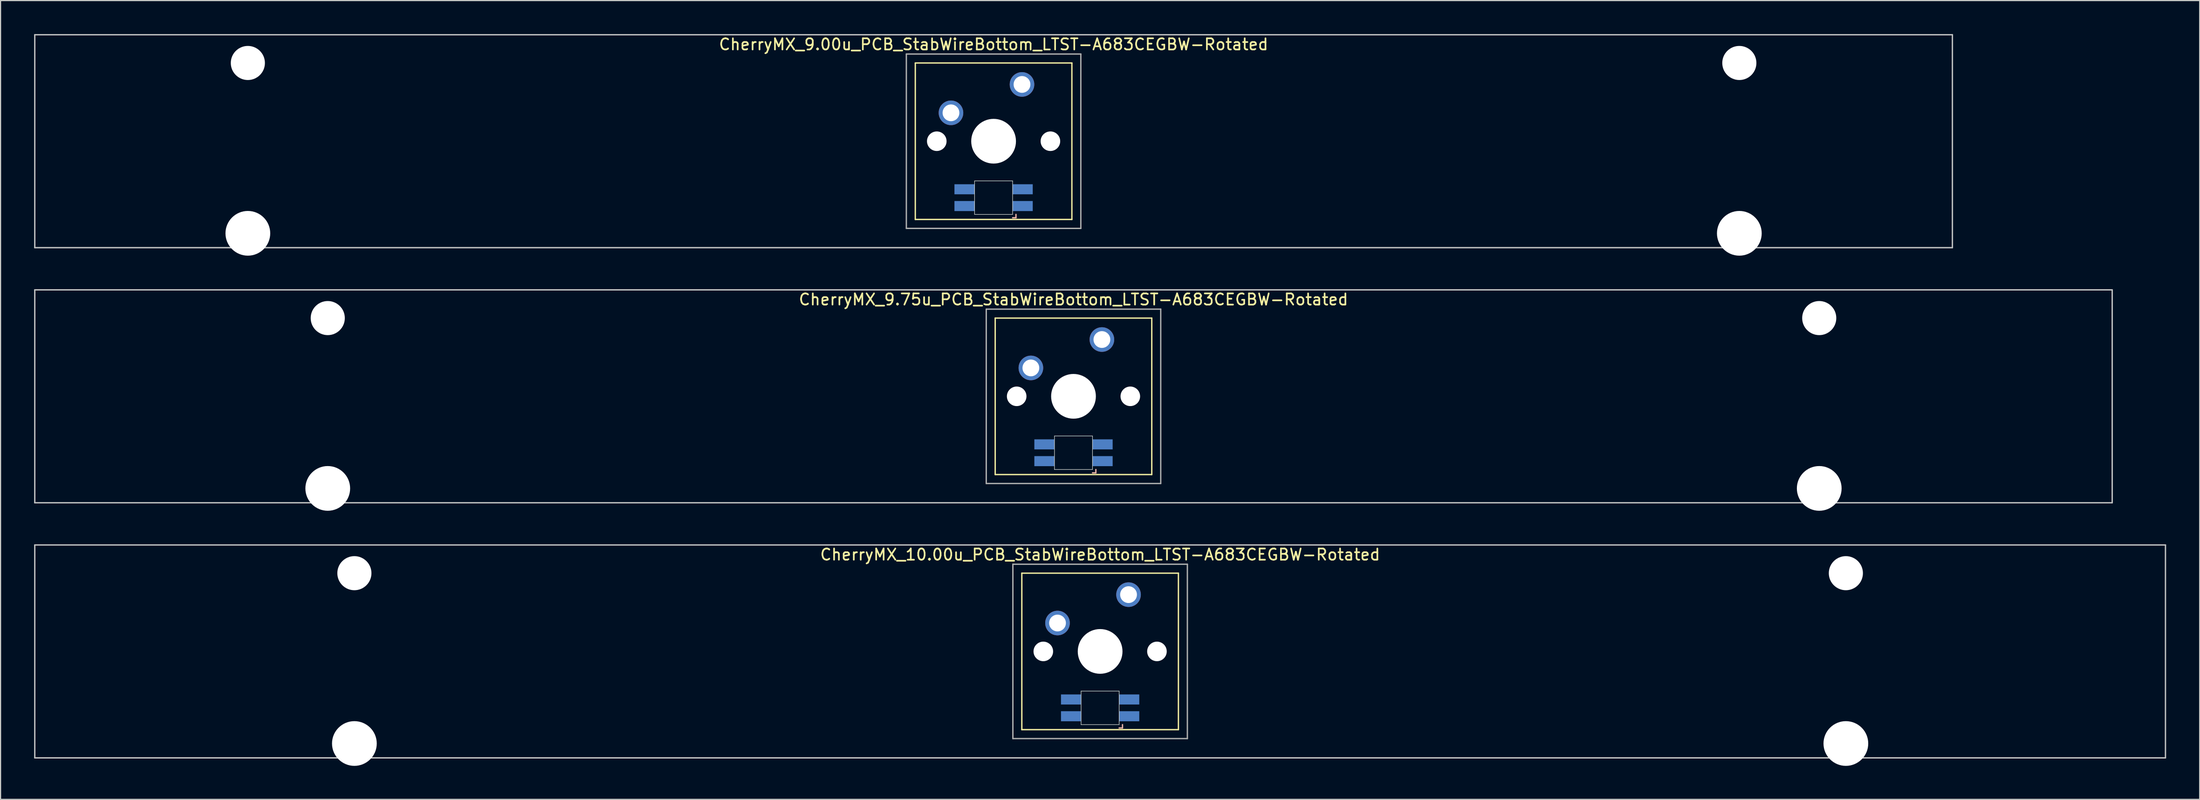
<source format=kicad_pcb>
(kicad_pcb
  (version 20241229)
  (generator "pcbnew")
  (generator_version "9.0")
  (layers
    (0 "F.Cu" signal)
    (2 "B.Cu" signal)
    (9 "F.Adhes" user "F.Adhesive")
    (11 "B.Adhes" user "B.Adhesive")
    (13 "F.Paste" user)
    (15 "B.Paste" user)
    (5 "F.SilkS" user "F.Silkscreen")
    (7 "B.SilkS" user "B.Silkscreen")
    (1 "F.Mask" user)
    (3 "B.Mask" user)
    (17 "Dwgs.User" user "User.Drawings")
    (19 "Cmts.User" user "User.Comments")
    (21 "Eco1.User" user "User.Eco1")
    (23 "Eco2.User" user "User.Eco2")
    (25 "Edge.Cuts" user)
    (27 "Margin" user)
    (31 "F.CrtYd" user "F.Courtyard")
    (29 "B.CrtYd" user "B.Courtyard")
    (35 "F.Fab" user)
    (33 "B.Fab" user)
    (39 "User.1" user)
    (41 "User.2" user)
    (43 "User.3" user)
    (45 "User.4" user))
  (footprint "CherryMX_9.00u_PCB_StabWireBottom_LTST-A683CEGBW-Rotated"
    (layer "F.Cu")
    (at 85.785 9.585)
    (property "Reference" "CherryMX_9.00u_PCB_StabWireBottom_LTST-A683CEGBW-Rotated" (at 0 -8.662 0) (layer "F.SilkS") (effects (font (size 1 1) (thickness 0.15))))
    (attr through_hole)
    (fp_line (start -7 -7) (end -7 7) (stroke (width 0.12) (type solid)) (layer "F.SilkS"))
    (fp_line (start -7 -7) (end 7 -7) (stroke (width 0.12) (type solid)) (layer "F.SilkS"))
    (fp_line (start 7 -7) (end 7 7) (stroke (width 0.12) (type solid)) (layer "F.SilkS"))
    (fp_line (start 7 7) (end -7 7) (stroke (width 0.12) (type solid)) (layer "F.SilkS"))
    (fp_line (start 1.7 6.85) (end 2 6.85) (stroke (width 0.12) (type solid)) (layer "B.SilkS"))
    (fp_line (start 2 6.85) (end 2 6.55) (stroke (width 0.12) (type solid)) (layer "B.SilkS"))
    (fp_line (start -85.725 -9.525) (end 85.725 -9.525) (stroke (width 0.12) (type solid)) (layer "Dwgs.User"))
    (fp_line (start -85.725 9.525) (end -85.725 -9.525) (stroke (width 0.12) (type solid)) (layer "Dwgs.User"))
    (fp_line (start 85.725 -9.525) (end 85.725 9.525) (stroke (width 0.12) (type solid)) (layer "Dwgs.User"))
    (fp_line (start 85.725 9.525) (end -85.725 9.525) (stroke (width 0.12) (type solid)) (layer "Dwgs.User"))
    (fp_line (start -1.7 3.55) (end 1.7 3.55) (stroke (width 0.05) (type solid)) (layer "Edge.Cuts"))
    (fp_line (start -1.7 6.55) (end -1.7 3.55) (stroke (width 0.05) (type solid)) (layer "Edge.Cuts"))
    (fp_line (start 1.7 3.55) (end 1.7 6.55) (stroke (width 0.05) (type solid)) (layer "Edge.Cuts"))
    (fp_line (start 1.7 6.55) (end -1.7 6.55) (stroke (width 0.05) (type solid)) (layer "Edge.Cuts"))
    (fp_line (start -7.8 -7.8) (end -7.8 7.8) (stroke (width 0.12) (type solid)) (layer "F.Fab"))
    (fp_line (start -7.8 -7.8) (end 7.8 -7.8) (stroke (width 0.12) (type solid)) (layer "F.Fab"))
    (fp_line (start -7.8 7.8) (end 7.8 7.8) (stroke (width 0.12) (type solid)) (layer "F.Fab"))
    (fp_line (start 7.8 -7.8) (end 7.8 7.8) (stroke (width 0.12) (type solid)) (layer "F.Fab"))
    (pad "" np_thru_hole circle (at -66.675 -7) (size 3.05 3.05) (drill 3.05) (layers "*.Cu" "*.Mask"))
    (pad "" np_thru_hole circle (at -66.675 8.24) (size 4 4) (drill 4) (layers "*.Cu" "*.Mask"))
    (pad "" np_thru_hole circle (at -5.08 0) (size 1.75 1.75) (drill 1.75) (layers "*.Cu" "*.Mask"))
    (pad "" np_thru_hole circle (at 0 0) (size 4 4) (drill 4) (layers "*.Cu" "*.Mask"))
    (pad "" np_thru_hole circle (at 5.08 0) (size 1.75 1.75) (drill 1.75) (layers "*.Cu" "*.Mask"))
    (pad "" np_thru_hole circle (at 66.675 -7) (size 3.05 3.05) (drill 3.05) (layers "*.Cu" "*.Mask"))
    (pad "" np_thru_hole circle (at 66.675 8.24) (size 4 4) (drill 4) (layers "*.Cu" "*.Mask"))
    (pad "1" thru_hole circle (at -3.81 -2.54) (size 2.2 2.2) (drill 1.5) (layers "*.Cu" "*.Mask"))
    (pad "2" thru_hole circle (at 2.54 -5.08) (size 2.2 2.2) (drill 1.5) (layers "*.Cu" "*.Mask"))
    (pad "3" smd rect (at 2.6 5.8) (size 1.8 0.9) (layers "B.Cu" "B.Mask" "B.Paste"))
    (pad "4" smd rect (at 2.6 4.3) (size 1.8 0.9) (layers "B.Cu" "B.Mask" "B.Paste"))
    (pad "5" smd rect (at -2.6 5.8) (size 1.8 0.9) (layers "B.Cu" "B.Mask" "B.Paste"))
    (pad "6" smd rect (at -2.6 4.3) (size 1.8 0.9) (layers "B.Cu" "B.Mask" "B.Paste")))
  (footprint "CherryMX_9.75u_PCB_StabWireBottom_LTST-A683CEGBW-Rotated"
    (layer "F.Cu")
    (at 92.929 32.41)
    (property "Reference" "CherryMX_9.75u_PCB_StabWireBottom_LTST-A683CEGBW-Rotated" (at 0 -8.662 0) (layer "F.SilkS") (effects (font (size 1 1) (thickness 0.15))))
    (attr through_hole)
    (fp_line (start -7 -7) (end -7 7) (stroke (width 0.12) (type solid)) (layer "F.SilkS"))
    (fp_line (start -7 -7) (end 7 -7) (stroke (width 0.12) (type solid)) (layer "F.SilkS"))
    (fp_line (start 7 -7) (end 7 7) (stroke (width 0.12) (type solid)) (layer "F.SilkS"))
    (fp_line (start 7 7) (end -7 7) (stroke (width 0.12) (type solid)) (layer "F.SilkS"))
    (fp_line (start 1.7 6.85) (end 2 6.85) (stroke (width 0.12) (type solid)) (layer "B.SilkS"))
    (fp_line (start 2 6.85) (end 2 6.55) (stroke (width 0.12) (type solid)) (layer "B.SilkS"))
    (fp_line (start -92.869 -9.525) (end 92.869 -9.525) (stroke (width 0.12) (type solid)) (layer "Dwgs.User"))
    (fp_line (start -92.869 9.525) (end -92.869 -9.525) (stroke (width 0.12) (type solid)) (layer "Dwgs.User"))
    (fp_line (start 92.869 -9.525) (end 92.869 9.525) (stroke (width 0.12) (type solid)) (layer "Dwgs.User"))
    (fp_line (start 92.869 9.525) (end -92.869 9.525) (stroke (width 0.12) (type solid)) (layer "Dwgs.User"))
    (fp_line (start -1.7 3.55) (end 1.7 3.55) (stroke (width 0.05) (type solid)) (layer "Edge.Cuts"))
    (fp_line (start -1.7 6.55) (end -1.7 3.55) (stroke (width 0.05) (type solid)) (layer "Edge.Cuts"))
    (fp_line (start 1.7 3.55) (end 1.7 6.55) (stroke (width 0.05) (type solid)) (layer "Edge.Cuts"))
    (fp_line (start 1.7 6.55) (end -1.7 6.55) (stroke (width 0.05) (type solid)) (layer "Edge.Cuts"))
    (fp_line (start -7.8 -7.8) (end -7.8 7.8) (stroke (width 0.12) (type solid)) (layer "F.Fab"))
    (fp_line (start -7.8 -7.8) (end 7.8 -7.8) (stroke (width 0.12) (type solid)) (layer "F.Fab"))
    (fp_line (start -7.8 7.8) (end 7.8 7.8) (stroke (width 0.12) (type solid)) (layer "F.Fab"))
    (fp_line (start 7.8 -7.8) (end 7.8 7.8) (stroke (width 0.12) (type solid)) (layer "F.Fab"))
    (pad "" np_thru_hole circle (at -66.675 -7) (size 3.05 3.05) (drill 3.05) (layers "*.Cu" "*.Mask"))
    (pad "" np_thru_hole circle (at -66.675 8.24) (size 4 4) (drill 4) (layers "*.Cu" "*.Mask"))
    (pad "" np_thru_hole circle (at -5.08 0) (size 1.75 1.75) (drill 1.75) (layers "*.Cu" "*.Mask"))
    (pad "" np_thru_hole circle (at 0 0) (size 4 4) (drill 4) (layers "*.Cu" "*.Mask"))
    (pad "" np_thru_hole circle (at 5.08 0) (size 1.75 1.75) (drill 1.75) (layers "*.Cu" "*.Mask"))
    (pad "" np_thru_hole circle (at 66.675 -7) (size 3.05 3.05) (drill 3.05) (layers "*.Cu" "*.Mask"))
    (pad "" np_thru_hole circle (at 66.675 8.24) (size 4 4) (drill 4) (layers "*.Cu" "*.Mask"))
    (pad "1" thru_hole circle (at -3.81 -2.54) (size 2.2 2.2) (drill 1.5) (layers "*.Cu" "*.Mask"))
    (pad "2" thru_hole circle (at 2.54 -5.08) (size 2.2 2.2) (drill 1.5) (layers "*.Cu" "*.Mask"))
    (pad "3" smd rect (at 2.6 5.8) (size 1.8 0.9) (layers "B.Cu" "B.Mask" "B.Paste"))
    (pad "4" smd rect (at 2.6 4.3) (size 1.8 0.9) (layers "B.Cu" "B.Mask" "B.Paste"))
    (pad "5" smd rect (at -2.6 5.8) (size 1.8 0.9) (layers "B.Cu" "B.Mask" "B.Paste"))
    (pad "6" smd rect (at -2.6 4.3) (size 1.8 0.9) (layers "B.Cu" "B.Mask" "B.Paste")))
  (footprint "CherryMX_10.00u_PCB_StabWireBottom_LTST-A683CEGBW-Rotated"
    (layer "F.Cu")
    (at 95.31 55.235)
    (property "Reference" "CherryMX_10.00u_PCB_StabWireBottom_LTST-A683CEGBW-Rotated" (at 0 -8.662 0) (layer "F.SilkS") (effects (font (size 1 1) (thickness 0.15))))
    (attr through_hole)
    (fp_line (start -7 -7) (end -7 7) (stroke (width 0.12) (type solid)) (layer "F.SilkS"))
    (fp_line (start -7 -7) (end 7 -7) (stroke (width 0.12) (type solid)) (layer "F.SilkS"))
    (fp_line (start 7 -7) (end 7 7) (stroke (width 0.12) (type solid)) (layer "F.SilkS"))
    (fp_line (start 7 7) (end -7 7) (stroke (width 0.12) (type solid)) (layer "F.SilkS"))
    (fp_line (start 1.7 6.85) (end 2 6.85) (stroke (width 0.12) (type solid)) (layer "B.SilkS"))
    (fp_line (start 2 6.85) (end 2 6.55) (stroke (width 0.12) (type solid)) (layer "B.SilkS"))
    (fp_line (start -95.25 -9.525) (end 95.25 -9.525) (stroke (width 0.12) (type solid)) (layer "Dwgs.User"))
    (fp_line (start -95.25 9.525) (end -95.25 -9.525) (stroke (width 0.12) (type solid)) (layer "Dwgs.User"))
    (fp_line (start 95.25 -9.525) (end 95.25 9.525) (stroke (width 0.12) (type solid)) (layer "Dwgs.User"))
    (fp_line (start 95.25 9.525) (end -95.25 9.525) (stroke (width 0.12) (type solid)) (layer "Dwgs.User"))
    (fp_line (start -1.7 3.55) (end 1.7 3.55) (stroke (width 0.05) (type solid)) (layer "Edge.Cuts"))
    (fp_line (start -1.7 6.55) (end -1.7 3.55) (stroke (width 0.05) (type solid)) (layer "Edge.Cuts"))
    (fp_line (start 1.7 3.55) (end 1.7 6.55) (stroke (width 0.05) (type solid)) (layer "Edge.Cuts"))
    (fp_line (start 1.7 6.55) (end -1.7 6.55) (stroke (width 0.05) (type solid)) (layer "Edge.Cuts"))
    (fp_line (start -7.8 -7.8) (end -7.8 7.8) (stroke (width 0.12) (type solid)) (layer "F.Fab"))
    (fp_line (start -7.8 -7.8) (end 7.8 -7.8) (stroke (width 0.12) (type solid)) (layer "F.Fab"))
    (fp_line (start -7.8 7.8) (end 7.8 7.8) (stroke (width 0.12) (type solid)) (layer "F.Fab"))
    (fp_line (start 7.8 -7.8) (end 7.8 7.8) (stroke (width 0.12) (type solid)) (layer "F.Fab"))
    (pad "" np_thru_hole circle (at -66.675 -7) (size 3.05 3.05) (drill 3.05) (layers "*.Cu" "*.Mask"))
    (pad "" np_thru_hole circle (at -66.675 8.24) (size 4 4) (drill 4) (layers "*.Cu" "*.Mask"))
    (pad "" np_thru_hole circle (at -5.08 0) (size 1.75 1.75) (drill 1.75) (layers "*.Cu" "*.Mask"))
    (pad "" np_thru_hole circle (at 0 0) (size 4 4) (drill 4) (layers "*.Cu" "*.Mask"))
    (pad "" np_thru_hole circle (at 5.08 0) (size 1.75 1.75) (drill 1.75) (layers "*.Cu" "*.Mask"))
    (pad "" np_thru_hole circle (at 66.675 -7) (size 3.05 3.05) (drill 3.05) (layers "*.Cu" "*.Mask"))
    (pad "" np_thru_hole circle (at 66.675 8.24) (size 4 4) (drill 4) (layers "*.Cu" "*.Mask"))
    (pad "1" thru_hole circle (at -3.81 -2.54) (size 2.2 2.2) (drill 1.5) (layers "*.Cu" "*.Mask"))
    (pad "2" thru_hole circle (at 2.54 -5.08) (size 2.2 2.2) (drill 1.5) (layers "*.Cu" "*.Mask"))
    (pad "3" smd rect (at 2.6 5.8) (size 1.8 0.9) (layers "B.Cu" "B.Mask" "B.Paste"))
    (pad "4" smd rect (at 2.6 4.3) (size 1.8 0.9) (layers "B.Cu" "B.Mask" "B.Paste"))
    (pad "5" smd rect (at -2.6 5.8) (size 1.8 0.9) (layers "B.Cu" "B.Mask" "B.Paste"))
    (pad "6" smd rect (at -2.6 4.3) (size 1.8 0.9) (layers "B.Cu" "B.Mask" "B.Paste")))
  (gr_rect
    (start -3 -3)
    (end 193.62 68.475)
    (stroke (width 0.1) (type default))
    (fill no)
    (layer "Edge.Cuts")))
</source>
